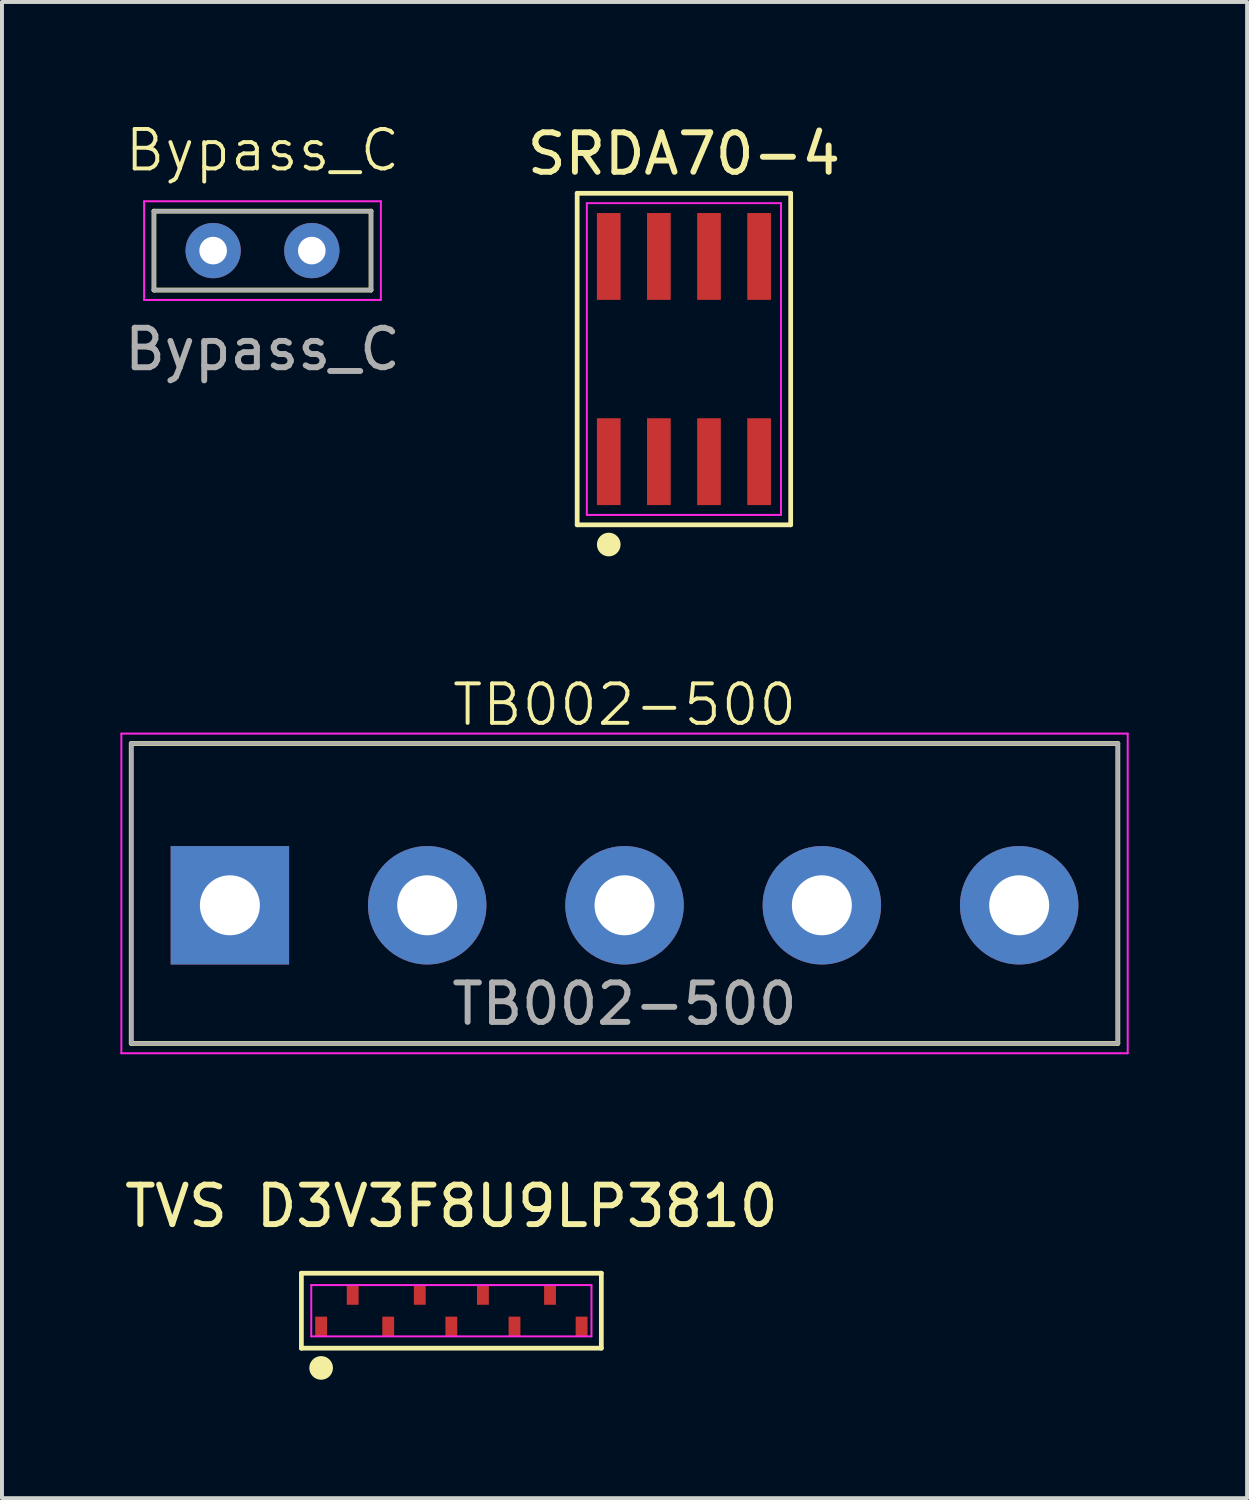
<source format=kicad_pcb>
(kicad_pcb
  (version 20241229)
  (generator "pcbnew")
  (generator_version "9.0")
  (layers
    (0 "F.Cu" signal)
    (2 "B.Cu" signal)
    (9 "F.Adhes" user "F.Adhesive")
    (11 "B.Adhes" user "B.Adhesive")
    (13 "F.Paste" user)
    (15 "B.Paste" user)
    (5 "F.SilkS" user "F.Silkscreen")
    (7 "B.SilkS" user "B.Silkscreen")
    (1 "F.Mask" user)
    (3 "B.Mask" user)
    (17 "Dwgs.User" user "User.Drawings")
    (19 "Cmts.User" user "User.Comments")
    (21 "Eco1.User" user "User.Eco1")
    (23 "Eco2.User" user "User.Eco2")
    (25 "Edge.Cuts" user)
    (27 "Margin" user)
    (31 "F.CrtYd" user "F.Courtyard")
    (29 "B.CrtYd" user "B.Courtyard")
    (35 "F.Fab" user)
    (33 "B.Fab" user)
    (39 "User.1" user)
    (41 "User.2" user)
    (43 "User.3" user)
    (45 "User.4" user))
  (footprint "TVS D3V3F8U9LP3810"
    (layer "F.Cu")
    (at 8.387 30.162)
    (property "Reference" "TVS D3V3F8U9LP3810" (at 0 -2.65 0) (layer "F.SilkS") (effects (font (size 1 1) (thickness 0.15))))
    (attr smd)
    (fp_line (start -3.8 -0.95) (end 3.8 -0.95) (stroke (width 0.12) (type default)) (layer "F.SilkS"))
    (fp_line (start -3.8 0.95) (end -3.8 -0.95) (stroke (width 0.12) (type default)) (layer "F.SilkS"))
    (fp_line (start 3.8 -0.95) (end 3.8 0.95) (stroke (width 0.12) (type default)) (layer "F.SilkS"))
    (fp_line (start 3.8 0.95) (end -3.8 0.95) (stroke (width 0.12) (type default)) (layer "F.SilkS"))
    (fp_circle (center -3.3 1.45) (end -3.05 1.45) (stroke (width 0.1) (type solid)) (fill yes) (layer "F.SilkS"))
    (fp_line (start -3.55 -0.65) (end 3.55 -0.65) (stroke (width 0.05) (type default)) (layer "F.CrtYd"))
    (fp_line (start -3.55 0.65) (end -3.55 -0.65) (stroke (width 0.05) (type default)) (layer "F.CrtYd"))
    (fp_line (start 3.55 -0.65) (end 3.55 0.65) (stroke (width 0.05) (type default)) (layer "F.CrtYd"))
    (fp_line (start 3.55 0.65) (end -3.55 0.65) (stroke (width 0.05) (type default)) (layer "F.CrtYd"))
    (pad "1" smd rect (at -3.3 0.4) (size 0.3 0.5) (layers "F.Cu" "F.Mask" "F.Paste"))
    (pad "2" smd rect (at -1.6 0.4) (size 0.3 0.5) (layers "F.Cu" "F.Mask" "F.Paste"))
    (pad "3" smd rect (at 0 0.4) (size 0.3 0.5) (layers "F.Cu" "F.Mask" "F.Paste"))
    (pad "4" smd rect (at 1.6 0.4) (size 0.3 0.5) (layers "F.Cu" "F.Mask" "F.Paste"))
    (pad "5" smd rect (at 3.3 0.4) (size 0.3 0.5) (layers "F.Cu" "F.Mask" "F.Paste"))
    (pad "6" smd rect (at 2.5 -0.4) (size 0.3 0.5) (layers "F.Cu" "F.Mask" "F.Paste"))
    (pad "7" smd rect (at 0.8 -0.4) (size 0.3 0.5) (layers "F.Cu" "F.Mask" "F.Paste"))
    (pad "8" smd rect (at -0.8 -0.4) (size 0.3 0.5) (layers "F.Cu" "F.Mask" "F.Paste"))
    (pad "9" smd rect (at -2.5 -0.4) (size 0.3 0.5) (layers "F.Cu" "F.Mask" "F.Paste")))
  (footprint "TB002-500"
    (layer "F.Cu")
    (at 12.775 19.889)
    (property "Reference" "TB002-500" (at 0 -5.08 0) (unlocked yes) (layer "F.SilkS") (effects (font (size 1 1) (thickness 0.1))))
    (attr through_hole)
    (fp_line (start -12.5 -4.1) (end -12.5 3.5) (stroke (width 0.12) (type solid)) (layer "F.SilkS"))
    (fp_line (start -12.5 -4.1) (end 12.5 -4.1) (stroke (width 0.12) (type solid)) (layer "F.SilkS"))
    (fp_line (start -12.5 3.5) (end 12.5 3.5) (stroke (width 0.12) (type solid)) (layer "F.SilkS"))
    (fp_line (start 12.5 -4.1) (end 12.5 3.5) (stroke (width 0.12) (type solid)) (layer "F.SilkS"))
    (fp_line (start -12.75 -4.35) (end -12.75 3.75) (stroke (width 0.05) (type solid)) (layer "F.CrtYd"))
    (fp_line (start -12.75 -4.35) (end 12.75 -4.35) (stroke (width 0.05) (type solid)) (layer "F.CrtYd"))
    (fp_line (start 12.75 3.75) (end -12.75 3.75) (stroke (width 0.05) (type solid)) (layer "F.CrtYd"))
    (fp_line (start 12.75 3.75) (end 12.75 -4.35) (stroke (width 0.05) (type solid)) (layer "F.CrtYd"))
    (fp_line (start -12.5 -4.1) (end -12.5 3.5) (stroke (width 0.1) (type solid)) (layer "F.Fab"))
    (fp_line (start -12.5 -4.1) (end 12.5 -4.1) (stroke (width 0.1) (type solid)) (layer "F.Fab"))
    (fp_line (start 12.5 3.5) (end -12.5 3.5) (stroke (width 0.1) (type solid)) (layer "F.Fab"))
    (fp_line (start 12.5 3.5) (end 12.5 -4.1) (stroke (width 0.1) (type solid)) (layer "F.Fab"))
    (fp_text user "${REFERENCE}" (at 0 2.5 0) (unlocked yes) (layer "F.Fab") (effects (font (size 1 1) (thickness 0.15))))
    (pad "1" thru_hole rect (at -10 0) (size 3 3) (drill 1.52) (layers "*.Cu" "*.Mask"))
    (pad "2" thru_hole circle (at -5 0) (size 3 3) (drill 1.52) (layers "*.Cu" "*.Mask"))
    (pad "3" thru_hole circle (at 0 0) (size 3 3) (drill 1.52) (layers "*.Cu" "*.Mask"))
    (pad "4" thru_hole circle (at 5 0) (size 3 3) (drill 1.52) (layers "*.Cu" "*.Mask"))
    (pad "5" thru_hole circle (at 10 0) (size 3 3) (drill 1.52) (layers "*.Cu" "*.Mask")))
  (footprint "SRDA70-4"
    (layer "F.Cu")
    (at 14.28 6.048)
    (property "Reference" "SRDA70-4" (at 0 -5.2 0) (layer "F.SilkS") (effects (font (size 1 1) (thickness 0.15))))
    (attr smd)
    (fp_line (start -2.705 -4.2) (end 2.705 -4.2) (stroke (width 0.12) (type default)) (layer "F.SilkS"))
    (fp_line (start -2.705 4.2) (end -2.705 -4.2) (stroke (width 0.12) (type default)) (layer "F.SilkS"))
    (fp_line (start 2.705 -4.2) (end 2.705 4.2) (stroke (width 0.12) (type default)) (layer "F.SilkS"))
    (fp_line (start 2.705 4.2) (end -2.705 4.2) (stroke (width 0.12) (type default)) (layer "F.SilkS"))
    (fp_circle (center -1.905 4.7) (end -1.655 4.7) (stroke (width 0.1) (type solid)) (fill yes) (layer "F.SilkS"))
    (fp_line (start -2.46 -3.95) (end 2.46 -3.95) (stroke (width 0.05) (type default)) (layer "F.CrtYd"))
    (fp_line (start -2.46 3.95) (end -2.46 -3.95) (stroke (width 0.05) (type default)) (layer "F.CrtYd"))
    (fp_line (start 2.46 -3.95) (end 2.46 3.95) (stroke (width 0.05) (type default)) (layer "F.CrtYd"))
    (fp_line (start 2.46 3.95) (end -2.46 3.95) (stroke (width 0.05) (type default)) (layer "F.CrtYd"))
    (pad "1" smd rect (at -1.905 2.6) (size 0.6 2.2) (layers "F.Cu" "F.Mask" "F.Paste"))
    (pad "2" smd rect (at -0.635 2.6) (size 0.6 2.2) (layers "F.Cu" "F.Mask" "F.Paste"))
    (pad "3" smd rect (at 0.635 2.6) (size 0.6 2.2) (layers "F.Cu" "F.Mask" "F.Paste"))
    (pad "4" smd rect (at 1.905 2.6) (size 0.6 2.2) (layers "F.Cu" "F.Mask" "F.Paste"))
    (pad "5" smd rect (at 1.905 -2.6) (size 0.6 2.2) (layers "F.Cu" "F.Mask" "F.Paste"))
    (pad "6" smd rect (at 0.635 -2.6) (size 0.6 2.2) (layers "F.Cu" "F.Mask" "F.Paste"))
    (pad "7" smd rect (at -0.635 -2.6) (size 0.6 2.2) (layers "F.Cu" "F.Mask" "F.Paste"))
    (pad "8" smd rect (at -1.905 -2.6) (size 0.6 2.2) (layers "F.Cu" "F.Mask" "F.Paste")))
  (footprint "Bypass_C"
    (layer "F.Cu")
    (at 3.601 3.3)
    (property "Reference" "Bypass_C" (at 0 -2.54 0) (unlocked yes) (layer "F.SilkS") (effects (font (size 1 1) (thickness 0.1))))
    (attr through_hole)
    (fp_line (start -2.75 -1) (end -2.75 1) (stroke (width 0.12) (type solid)) (layer "F.SilkS"))
    (fp_line (start -2.75 -1) (end 2.75 -1) (stroke (width 0.12) (type solid)) (layer "F.SilkS"))
    (fp_line (start -2.75 1) (end 2.75 1) (stroke (width 0.12) (type solid)) (layer "F.SilkS"))
    (fp_line (start 2.75 -1) (end 2.75 1) (stroke (width 0.12) (type solid)) (layer "F.SilkS"))
    (fp_line (start -3 -1.25) (end -3 1.25) (stroke (width 0.05) (type solid)) (layer "F.CrtYd"))
    (fp_line (start -3 1.25) (end 3 1.25) (stroke (width 0.05) (type solid)) (layer "F.CrtYd"))
    (fp_line (start 3 -1.25) (end -3 -1.25) (stroke (width 0.05) (type solid)) (layer "F.CrtYd"))
    (fp_line (start 3 1.25) (end 3 -1.25) (stroke (width 0.05) (type solid)) (layer "F.CrtYd"))
    (fp_line (start -2.75 -1) (end -2.75 1) (stroke (width 0.1) (type solid)) (layer "F.Fab"))
    (fp_line (start -2.75 1) (end 2.75 1) (stroke (width 0.1) (type solid)) (layer "F.Fab"))
    (fp_line (start 2.75 -1) (end -2.75 -1) (stroke (width 0.1) (type solid)) (layer "F.Fab"))
    (fp_line (start 2.75 1) (end 2.75 -1) (stroke (width 0.1) (type solid)) (layer "F.Fab"))
    (fp_text user "${REFERENCE}" (at 0 2.5 0) (unlocked yes) (layer "F.Fab") (effects (font (size 1 1) (thickness 0.15))))
    (pad "1" thru_hole circle (at -1.25 0) (size 1.4 1.4) (drill 0.7) (layers "*.Cu" "*.Mask"))
    (pad "2" thru_hole circle (at 1.25 0) (size 1.4 1.4) (drill 0.7) (layers "*.Cu" "F.Mask")))
  (gr_rect
    (start -3 -3)
    (end 28.55 34.912)
    (stroke (width 0.1) (type default))
    (fill no)
    (layer "Edge.Cuts")))
</source>
